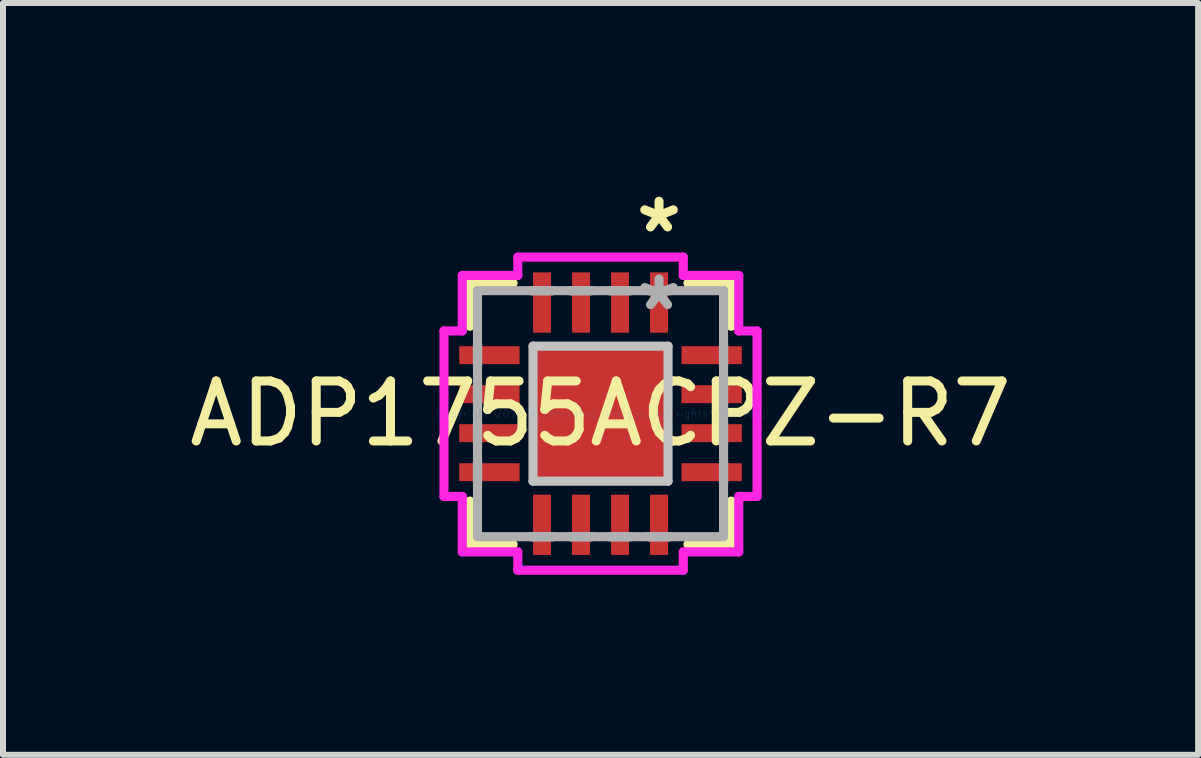
<source format=kicad_pcb>
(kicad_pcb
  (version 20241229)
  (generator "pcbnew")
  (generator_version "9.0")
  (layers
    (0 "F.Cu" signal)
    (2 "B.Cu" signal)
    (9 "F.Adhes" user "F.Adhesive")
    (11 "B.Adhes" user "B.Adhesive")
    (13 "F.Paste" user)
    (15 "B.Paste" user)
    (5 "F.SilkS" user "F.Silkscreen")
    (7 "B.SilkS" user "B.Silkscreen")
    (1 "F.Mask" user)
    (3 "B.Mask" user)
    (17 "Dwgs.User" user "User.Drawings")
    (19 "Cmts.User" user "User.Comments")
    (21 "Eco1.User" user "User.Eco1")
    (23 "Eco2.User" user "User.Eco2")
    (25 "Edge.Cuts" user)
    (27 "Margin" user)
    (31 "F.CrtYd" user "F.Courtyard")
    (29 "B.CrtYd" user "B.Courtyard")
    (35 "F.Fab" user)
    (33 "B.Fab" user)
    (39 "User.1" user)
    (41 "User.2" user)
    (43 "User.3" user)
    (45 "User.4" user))
  (footprint "ADP1755ACPZ-R7"
    (layer "F.Cu")
    (at 6.958 3.844)
    (property "Reference" "ADP1755ACPZ-R7" (at 0 0 0) (layer "F.SilkS") (effects (font (size 1 1) (thickness 0.15))))
    (attr through_hole)
    (fp_line (start -2.177 -2.177) (end -2.177 -1.457) (stroke (width 0.152) (type solid)) (layer "F.SilkS"))
    (fp_line (start -2.177 1.457) (end -2.177 2.177) (stroke (width 0.152) (type solid)) (layer "F.SilkS"))
    (fp_line (start -2.177 2.177) (end -1.457 2.177) (stroke (width 0.152) (type solid)) (layer "F.SilkS"))
    (fp_line (start -1.457 -2.177) (end -2.177 -2.177) (stroke (width 0.152) (type solid)) (layer "F.SilkS"))
    (fp_line (start 1.457 2.177) (end 2.177 2.177) (stroke (width 0.152) (type solid)) (layer "F.SilkS"))
    (fp_line (start 2.177 -2.177) (end 1.457 -2.177) (stroke (width 0.152) (type solid)) (layer "F.SilkS"))
    (fp_line (start 2.177 -1.457) (end 2.177 -2.177) (stroke (width 0.152) (type solid)) (layer "F.SilkS"))
    (fp_line (start 2.177 2.177) (end 2.177 1.457) (stroke (width 0.152) (type solid)) (layer "F.SilkS"))
    (fp_line (start -1.125 -1.125) (end -1.125 1.125) (stroke (width 0.152) (type solid)) (layer "Dwgs.User"))
    (fp_line (start -1.125 1.125) (end 1.125 1.125) (stroke (width 0.152) (type solid)) (layer "Dwgs.User"))
    (fp_line (start 1.125 -1.125) (end -1.125 -1.125) (stroke (width 0.152) (type solid)) (layer "Dwgs.User"))
    (fp_line (start 1.125 1.125) (end 1.125 -1.125) (stroke (width 0.152) (type solid)) (layer "Dwgs.User"))
    (fp_line (start -2.609 -1.379) (end -2.304 -1.379) (stroke (width 0.152) (type solid)) (layer "F.CrtYd"))
    (fp_line (start -2.609 1.379) (end -2.609 -1.379) (stroke (width 0.152) (type solid)) (layer "F.CrtYd"))
    (fp_line (start -2.304 -2.304) (end -1.379 -2.304) (stroke (width 0.152) (type solid)) (layer "F.CrtYd"))
    (fp_line (start -2.304 -1.379) (end -2.304 -2.304) (stroke (width 0.152) (type solid)) (layer "F.CrtYd"))
    (fp_line (start -2.304 1.379) (end -2.609 1.379) (stroke (width 0.152) (type solid)) (layer "F.CrtYd"))
    (fp_line (start -2.304 2.304) (end -2.304 1.379) (stroke (width 0.152) (type solid)) (layer "F.CrtYd"))
    (fp_line (start -1.379 -2.609) (end 1.379 -2.609) (stroke (width 0.152) (type solid)) (layer "F.CrtYd"))
    (fp_line (start -1.379 -2.304) (end -1.379 -2.609) (stroke (width 0.152) (type solid)) (layer "F.CrtYd"))
    (fp_line (start -1.379 2.304) (end -2.304 2.304) (stroke (width 0.152) (type solid)) (layer "F.CrtYd"))
    (fp_line (start -1.379 2.609) (end -1.379 2.304) (stroke (width 0.152) (type solid)) (layer "F.CrtYd"))
    (fp_line (start 1.379 -2.609) (end 1.379 -2.304) (stroke (width 0.152) (type solid)) (layer "F.CrtYd"))
    (fp_line (start 1.379 -2.304) (end 2.304 -2.304) (stroke (width 0.152) (type solid)) (layer "F.CrtYd"))
    (fp_line (start 1.379 2.304) (end 1.379 2.609) (stroke (width 0.152) (type solid)) (layer "F.CrtYd"))
    (fp_line (start 1.379 2.609) (end -1.379 2.609) (stroke (width 0.152) (type solid)) (layer "F.CrtYd"))
    (fp_line (start 2.304 -2.304) (end 2.304 -1.379) (stroke (width 0.152) (type solid)) (layer "F.CrtYd"))
    (fp_line (start 2.304 -1.379) (end 2.609 -1.379) (stroke (width 0.152) (type solid)) (layer "F.CrtYd"))
    (fp_line (start 2.304 1.379) (end 2.304 2.304) (stroke (width 0.152) (type solid)) (layer "F.CrtYd"))
    (fp_line (start 2.304 2.304) (end 1.379 2.304) (stroke (width 0.152) (type solid)) (layer "F.CrtYd"))
    (fp_line (start 2.609 -1.379) (end 2.609 1.379) (stroke (width 0.152) (type solid)) (layer "F.CrtYd"))
    (fp_line (start 2.609 1.379) (end 2.304 1.379) (stroke (width 0.152) (type solid)) (layer "F.CrtYd"))
    (fp_line (start -2.05 -2.05) (end -2.05 2.05) (stroke (width 0.152) (type solid)) (layer "F.Fab"))
    (fp_line (start -2.05 -1.15) (end -2.05 -1.15) (stroke (width 0.152) (type solid)) (layer "F.Fab"))
    (fp_line (start -2.05 -1.15) (end -2.05 -0.8) (stroke (width 0.152) (type solid)) (layer "F.Fab"))
    (fp_line (start -2.05 -0.8) (end -2.05 -1.15) (stroke (width 0.152) (type solid)) (layer "F.Fab"))
    (fp_line (start -2.05 -0.8) (end -2.05 -0.8) (stroke (width 0.152) (type solid)) (layer "F.Fab"))
    (fp_line (start -2.05 -0.5) (end -2.05 -0.5) (stroke (width 0.152) (type solid)) (layer "F.Fab"))
    (fp_line (start -2.05 -0.5) (end -2.05 -0.15) (stroke (width 0.152) (type solid)) (layer "F.Fab"))
    (fp_line (start -2.05 -0.15) (end -2.05 -0.5) (stroke (width 0.152) (type solid)) (layer "F.Fab"))
    (fp_line (start -2.05 -0.15) (end -2.05 -0.15) (stroke (width 0.152) (type solid)) (layer "F.Fab"))
    (fp_line (start -2.05 0.15) (end -2.05 0.15) (stroke (width 0.152) (type solid)) (layer "F.Fab"))
    (fp_line (start -2.05 0.15) (end -2.05 0.5) (stroke (width 0.152) (type solid)) (layer "F.Fab"))
    (fp_line (start -2.05 0.5) (end -2.05 0.15) (stroke (width 0.152) (type solid)) (layer "F.Fab"))
    (fp_line (start -2.05 0.5) (end -2.05 0.5) (stroke (width 0.152) (type solid)) (layer "F.Fab"))
    (fp_line (start -2.05 0.8) (end -2.05 0.8) (stroke (width 0.152) (type solid)) (layer "F.Fab"))
    (fp_line (start -2.05 0.8) (end -2.05 1.15) (stroke (width 0.152) (type solid)) (layer "F.Fab"))
    (fp_line (start -2.05 1.15) (end -2.05 0.8) (stroke (width 0.152) (type solid)) (layer "F.Fab"))
    (fp_line (start -2.05 1.15) (end -2.05 1.15) (stroke (width 0.152) (type solid)) (layer "F.Fab"))
    (fp_line (start -2.05 2.05) (end 2.05 2.05) (stroke (width 0.152) (type solid)) (layer "F.Fab"))
    (fp_line (start -1.15 -2.05) (end -1.15 -2.05) (stroke (width 0.152) (type solid)) (layer "F.Fab"))
    (fp_line (start -1.15 -2.05) (end -0.8 -2.05) (stroke (width 0.152) (type solid)) (layer "F.Fab"))
    (fp_line (start -1.15 2.05) (end -1.15 2.05) (stroke (width 0.152) (type solid)) (layer "F.Fab"))
    (fp_line (start -1.15 2.05) (end -0.8 2.05) (stroke (width 0.152) (type solid)) (layer "F.Fab"))
    (fp_line (start -0.8 -2.05) (end -1.15 -2.05) (stroke (width 0.152) (type solid)) (layer "F.Fab"))
    (fp_line (start -0.8 -2.05) (end -0.8 -2.05) (stroke (width 0.152) (type solid)) (layer "F.Fab"))
    (fp_line (start -0.8 2.05) (end -1.15 2.05) (stroke (width 0.152) (type solid)) (layer "F.Fab"))
    (fp_line (start -0.8 2.05) (end -0.8 2.05) (stroke (width 0.152) (type solid)) (layer "F.Fab"))
    (fp_line (start -0.5 -2.05) (end -0.5 -2.05) (stroke (width 0.152) (type solid)) (layer "F.Fab"))
    (fp_line (start -0.5 -2.05) (end -0.15 -2.05) (stroke (width 0.152) (type solid)) (layer "F.Fab"))
    (fp_line (start -0.5 2.05) (end -0.5 2.05) (stroke (width 0.152) (type solid)) (layer "F.Fab"))
    (fp_line (start -0.5 2.05) (end -0.15 2.05) (stroke (width 0.152) (type solid)) (layer "F.Fab"))
    (fp_line (start -0.15 -2.05) (end -0.5 -2.05) (stroke (width 0.152) (type solid)) (layer "F.Fab"))
    (fp_line (start -0.15 -2.05) (end -0.15 -2.05) (stroke (width 0.152) (type solid)) (layer "F.Fab"))
    (fp_line (start -0.15 2.05) (end -0.5 2.05) (stroke (width 0.152) (type solid)) (layer "F.Fab"))
    (fp_line (start -0.15 2.05) (end -0.15 2.05) (stroke (width 0.152) (type solid)) (layer "F.Fab"))
    (fp_line (start 0.15 -2.05) (end 0.15 -2.05) (stroke (width 0.152) (type solid)) (layer "F.Fab"))
    (fp_line (start 0.15 -2.05) (end 0.5 -2.05) (stroke (width 0.152) (type solid)) (layer "F.Fab"))
    (fp_line (start 0.15 2.05) (end 0.15 2.05) (stroke (width 0.152) (type solid)) (layer "F.Fab"))
    (fp_line (start 0.15 2.05) (end 0.5 2.05) (stroke (width 0.152) (type solid)) (layer "F.Fab"))
    (fp_line (start 0.5 -2.05) (end 0.15 -2.05) (stroke (width 0.152) (type solid)) (layer "F.Fab"))
    (fp_line (start 0.5 -2.05) (end 0.5 -2.05) (stroke (width 0.152) (type solid)) (layer "F.Fab"))
    (fp_line (start 0.5 2.05) (end 0.15 2.05) (stroke (width 0.152) (type solid)) (layer "F.Fab"))
    (fp_line (start 0.5 2.05) (end 0.5 2.05) (stroke (width 0.152) (type solid)) (layer "F.Fab"))
    (fp_line (start 0.8 -2.05) (end 0.8 -2.05) (stroke (width 0.152) (type solid)) (layer "F.Fab"))
    (fp_line (start 0.8 -2.05) (end 1.15 -2.05) (stroke (width 0.152) (type solid)) (layer "F.Fab"))
    (fp_line (start 0.8 2.05) (end 0.8 2.05) (stroke (width 0.152) (type solid)) (layer "F.Fab"))
    (fp_line (start 0.8 2.05) (end 1.15 2.05) (stroke (width 0.152) (type solid)) (layer "F.Fab"))
    (fp_line (start 1.15 -2.05) (end 0.8 -2.05) (stroke (width 0.152) (type solid)) (layer "F.Fab"))
    (fp_line (start 1.15 -2.05) (end 1.15 -2.05) (stroke (width 0.152) (type solid)) (layer "F.Fab"))
    (fp_line (start 1.15 2.05) (end 0.8 2.05) (stroke (width 0.152) (type solid)) (layer "F.Fab"))
    (fp_line (start 1.15 2.05) (end 1.15 2.05) (stroke (width 0.152) (type solid)) (layer "F.Fab"))
    (fp_line (start 2.05 -2.05) (end -2.05 -2.05) (stroke (width 0.152) (type solid)) (layer "F.Fab"))
    (fp_line (start 2.05 -1.15) (end 2.05 -1.15) (stroke (width 0.152) (type solid)) (layer "F.Fab"))
    (fp_line (start 2.05 -1.15) (end 2.05 -0.8) (stroke (width 0.152) (type solid)) (layer "F.Fab"))
    (fp_line (start 2.05 -0.8) (end 2.05 -1.15) (stroke (width 0.152) (type solid)) (layer "F.Fab"))
    (fp_line (start 2.05 -0.8) (end 2.05 -0.8) (stroke (width 0.152) (type solid)) (layer "F.Fab"))
    (fp_line (start 2.05 -0.5) (end 2.05 -0.5) (stroke (width 0.152) (type solid)) (layer "F.Fab"))
    (fp_line (start 2.05 -0.5) (end 2.05 -0.15) (stroke (width 0.152) (type solid)) (layer "F.Fab"))
    (fp_line (start 2.05 -0.15) (end 2.05 -0.5) (stroke (width 0.152) (type solid)) (layer "F.Fab"))
    (fp_line (start 2.05 -0.15) (end 2.05 -0.15) (stroke (width 0.152) (type solid)) (layer "F.Fab"))
    (fp_line (start 2.05 0.15) (end 2.05 0.15) (stroke (width 0.152) (type solid)) (layer "F.Fab"))
    (fp_line (start 2.05 0.15) (end 2.05 0.5) (stroke (width 0.152) (type solid)) (layer "F.Fab"))
    (fp_line (start 2.05 0.5) (end 2.05 0.15) (stroke (width 0.152) (type solid)) (layer "F.Fab"))
    (fp_line (start 2.05 0.5) (end 2.05 0.5) (stroke (width 0.152) (type solid)) (layer "F.Fab"))
    (fp_line (start 2.05 0.8) (end 2.05 0.8) (stroke (width 0.152) (type solid)) (layer "F.Fab"))
    (fp_line (start 2.05 0.8) (end 2.05 1.15) (stroke (width 0.152) (type solid)) (layer "F.Fab"))
    (fp_line (start 2.05 1.15) (end 2.05 0.8) (stroke (width 0.152) (type solid)) (layer "F.Fab"))
    (fp_line (start 2.05 1.15) (end 2.05 1.15) (stroke (width 0.152) (type solid)) (layer "F.Fab"))
    (fp_line (start 2.05 2.05) (end 2.05 -2.05) (stroke (width 0.152) (type solid)) (layer "F.Fab"))
    (fp_text user "*" (at 0.975 -2.995 0) (layer "F.SilkS") (effects (font (size 1 1) (thickness 0.15))))
    (fp_text user "Copyright 2016 Accelerated Designs. All rights reserved." (at 0 0 0) (layer "Cmts.User") (effects (font (size 0.127 0.127) (thickness 0.002))))
    (fp_text user "*" (at 0.975 -1.7 0) (layer "F.Fab") (effects (font (size 1 1) (thickness 0.15))))
    (pad "1" smd rect (at 0.975 -1.852) (size 0.299 1.005) (layers "F.Cu" "F.Mask" "F.Paste"))
    (pad "2" smd rect (at 0.325 -1.852) (size 0.299 1.005) (layers "F.Cu" "F.Mask" "F.Paste"))
    (pad "3" smd rect (at -0.325 -1.852) (size 0.299 1.005) (layers "F.Cu" "F.Mask" "F.Paste"))
    (pad "4" smd rect (at -0.975 -1.852) (size 0.299 1.005) (layers "F.Cu" "F.Mask" "F.Paste"))
    (pad "5" smd rect (at -1.852 -0.975 90) (size 0.299 1.005) (layers "F.Cu" "F.Mask" "F.Paste"))
    (pad "6" smd rect (at -1.852 -0.325 90) (size 0.299 1.005) (layers "F.Cu" "F.Mask" "F.Paste"))
    (pad "7" smd rect (at -1.852 0.325 90) (size 0.299 1.005) (layers "F.Cu" "F.Mask" "F.Paste"))
    (pad "8" smd rect (at -1.852 0.975 90) (size 0.299 1.005) (layers "F.Cu" "F.Mask" "F.Paste"))
    (pad "9" smd rect (at -0.975 1.852) (size 0.299 1.005) (layers "F.Cu" "F.Mask" "F.Paste"))
    (pad "10" smd rect (at -0.325 1.852) (size 0.299 1.005) (layers "F.Cu" "F.Mask" "F.Paste"))
    (pad "11" smd rect (at 0.325 1.852) (size 0.299 1.005) (layers "F.Cu" "F.Mask" "F.Paste"))
    (pad "12" smd rect (at 0.975 1.852) (size 0.299 1.005) (layers "F.Cu" "F.Mask" "F.Paste"))
    (pad "13" smd rect (at 1.852 0.975 90) (size 0.299 1.005) (layers "F.Cu" "F.Mask" "F.Paste"))
    (pad "14" smd rect (at 1.852 0.325 90) (size 0.299 1.005) (layers "F.Cu" "F.Mask" "F.Paste"))
    (pad "15" smd rect (at 1.852 -0.325 90) (size 0.299 1.005) (layers "F.Cu" "F.Mask" "F.Paste"))
    (pad "16" smd rect (at 1.852 -0.975 90) (size 0.299 1.005) (layers "F.Cu" "F.Mask" "F.Paste"))
    (pad "HTAB" smd rect (at 0 0) (size 2.25 2.25) (layers "F.Cu" "F.Mask" "F.Paste")))
  (gr_rect
    (start -3 -3)
    (end 16.917 9.529)
    (stroke (width 0.1) (type default))
    (fill no)
    (layer "Edge.Cuts")))
</source>
